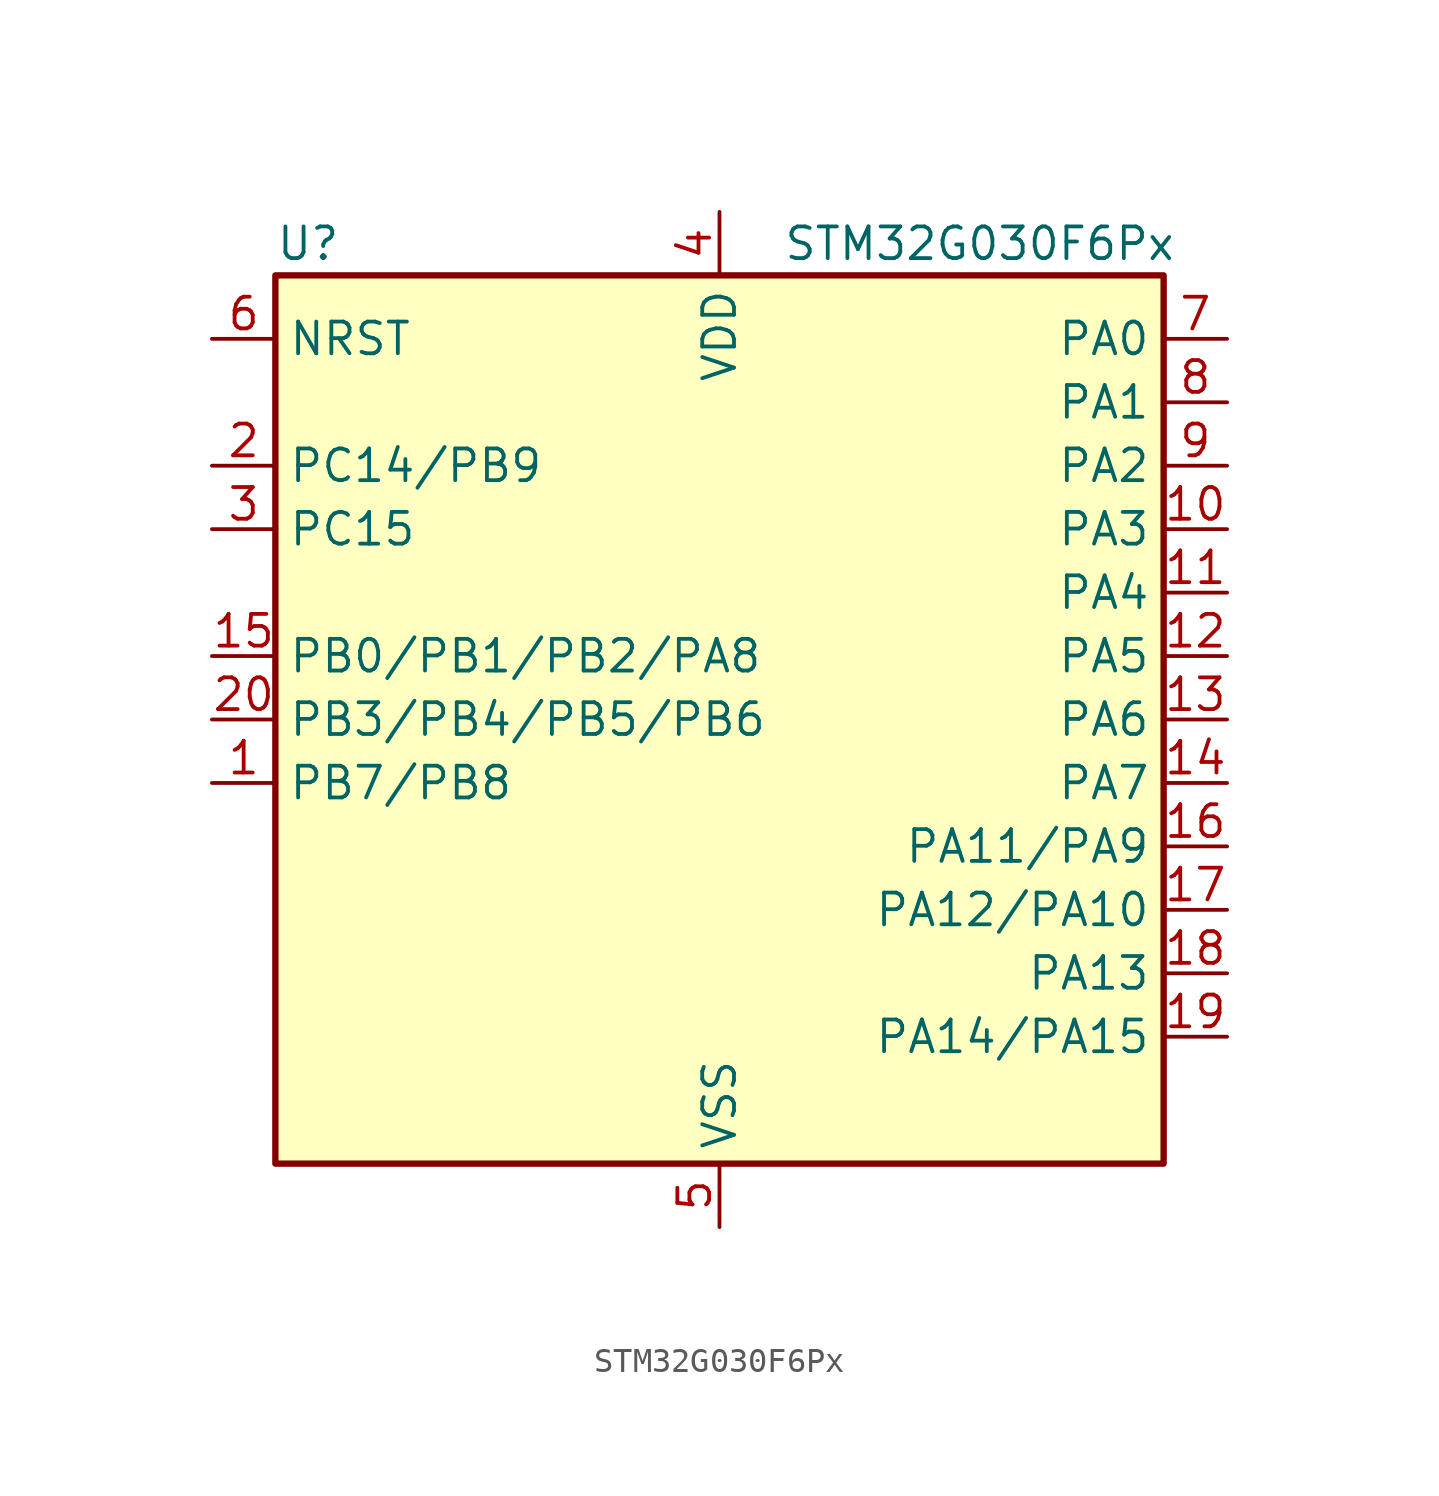
<source format=kicad_sym>
(kicad_symbol_lib
  (version 20211014)
  (generator kicad-library-utils)
  (symbol "STM32G030F6Px"
    (property "Reference" "U"
      (at -17.78 19.05 0)
      (effects (font (size 1.27 1.27)) (justify left)))
    (property "Value" "STM32G030F6Px"
      (at 2.54 19.05 0)
      (effects (font (size 1.27 1.27)) (justify left)))
    (property "ki_fp_filters" "TSSOP*4.4x6.5mm*P0.65mm*"
      (at 0.0 0.0 0.0)
      (effects (font (size 1.27 1.27))))
    (symbol "STM32G030F6Px_0_1"
      (rectangle (start -17.78 -17.78) (end 17.78 17.78) (stroke (width 0.254)) (fill (type background))))
    (symbol "STM32G030F6Px_1_1"
      (pin input line (at -20.32 15.24 0) (length 2.54) (name "NRST" (effects (font (size 1.27 1.27)))) (number "6" (effects (font (size 1.27 1.27)))))
      (pin bidirectional line (at -20.32 10.16 0) (length 2.54) (name "PC14/PB9" (effects (font (size 1.27 1.27)))) (number "2" (effects (font (size 1.27 1.27)))) (alternate "RCC_OSC32_IN" bidirectional line) (alternate "RCC_OSC_IN" bidirectional line) (alternate "TIM1_BK2" bidirectional line))
      (pin bidirectional line (at -20.32 7.62 0) (length 2.54) (name "PC15" (effects (font (size 1.27 1.27)))) (number "3" (effects (font (size 1.27 1.27)))) (alternate "RCC_OSC32_EN" bidirectional line) (alternate "RCC_OSC32_OUT" bidirectional line) (alternate "RCC_OSC_EN" bidirectional line))
      (pin bidirectional line (at -20.32 2.54 0) (length 2.54) (name "PB0/PB1/PB2/PA8" (effects (font (size 1.27 1.27)))) (number "15" (effects (font (size 1.27 1.27)))) (alternate "ADC1_IN8" bidirectional line) (alternate "I2S1_WS" bidirectional line) (alternate "SPI1_NSS" bidirectional line) (alternate "TIM1_CH2N" bidirectional line) (alternate "TIM3_CH3" bidirectional line))
      (pin bidirectional line (at -20.32 0.0 0) (length 2.54) (name "PB3/PB4/PB5/PB6" (effects (font (size 1.27 1.27)))) (number "20" (effects (font (size 1.27 1.27)))) (alternate "I2S1_CK" bidirectional line) (alternate "SPI1_SCK" bidirectional line) (alternate "TIM1_CH2" bidirectional line) (alternate "USART1_CK" bidirectional line) (alternate "USART1_DE" bidirectional line) (alternate "USART1_RTS" bidirectional line))
      (pin bidirectional line (at -20.32 -2.54 0) (length 2.54) (name "PB7/PB8" (effects (font (size 1.27 1.27)))) (number "1" (effects (font (size 1.27 1.27)))) (alternate "ADC1_IN11" bidirectional line) (alternate "I2C1_SDA" bidirectional line) (alternate "SPI2_MOSI" bidirectional line) (alternate "SYS_PVD_IN" bidirectional line) (alternate "TIM17_CH1N" bidirectional line) (alternate "USART1_RX" bidirectional line))
      (pin bidirectional line (at 20.32 15.24 180) (length 2.54) (name "PA0" (effects (font (size 1.27 1.27)))) (number "7" (effects (font (size 1.27 1.27)))) (alternate "ADC1_IN0" bidirectional line) (alternate "RTC_TAMP_IN2" bidirectional line) (alternate "SPI2_SCK" bidirectional line) (alternate "SYS_WKUP1" bidirectional line) (alternate "USART2_CTS" bidirectional line) (alternate "USART2_NSS" bidirectional line))
      (pin bidirectional line (at 20.32 12.7 180) (length 2.54) (name "PA1" (effects (font (size 1.27 1.27)))) (number "8" (effects (font (size 1.27 1.27)))) (alternate "ADC1_IN1" bidirectional line) (alternate "I2C1_SMBA" bidirectional line) (alternate "I2S1_CK" bidirectional line) (alternate "SPI1_SCK" bidirectional line) (alternate "USART2_CK" bidirectional line) (alternate "USART2_DE" bidirectional line) (alternate "USART2_RTS" bidirectional line))
      (pin bidirectional line (at 20.32 10.16 180) (length 2.54) (name "PA2" (effects (font (size 1.27 1.27)))) (number "9" (effects (font (size 1.27 1.27)))) (alternate "ADC1_IN2" bidirectional line) (alternate "I2S1_SD" bidirectional line) (alternate "RCC_LSCO" bidirectional line) (alternate "SPI1_MOSI" bidirectional line) (alternate "SYS_WKUP4" bidirectional line) (alternate "USART2_TX" bidirectional line))
      (pin bidirectional line (at 20.32 7.62 180) (length 2.54) (name "PA3" (effects (font (size 1.27 1.27)))) (number "10" (effects (font (size 1.27 1.27)))) (alternate "ADC1_IN3" bidirectional line) (alternate "SPI2_MISO" bidirectional line) (alternate "USART2_RX" bidirectional line))
      (pin bidirectional line (at 20.32 5.08 180) (length 2.54) (name "PA4" (effects (font (size 1.27 1.27)))) (number "11" (effects (font (size 1.27 1.27)))) (alternate "ADC1_IN4" bidirectional line) (alternate "I2S1_WS" bidirectional line) (alternate "RTC_OUT_ALARM" bidirectional line) (alternate "RTC_OUT_CALIB" bidirectional line) (alternate "RTC_TAMP_IN1" bidirectional line) (alternate "RTC_TS" bidirectional line) (alternate "SPI1_NSS" bidirectional line) (alternate "SPI2_MOSI" bidirectional line) (alternate "SYS_WKUP2" bidirectional line) (alternate "TIM14_CH1" bidirectional line))
      (pin bidirectional line (at 20.32 2.54 180) (length 2.54) (name "PA5" (effects (font (size 1.27 1.27)))) (number "12" (effects (font (size 1.27 1.27)))) (alternate "ADC1_IN5" bidirectional line) (alternate "I2S1_CK" bidirectional line) (alternate "SPI1_SCK" bidirectional line))
      (pin bidirectional line (at 20.32 0.0 180) (length 2.54) (name "PA6" (effects (font (size 1.27 1.27)))) (number "13" (effects (font (size 1.27 1.27)))) (alternate "ADC1_IN6" bidirectional line) (alternate "I2S1_MCK" bidirectional line) (alternate "SPI1_MISO" bidirectional line) (alternate "TIM16_CH1" bidirectional line) (alternate "TIM1_BK" bidirectional line) (alternate "TIM3_CH1" bidirectional line))
      (pin bidirectional line (at 20.32 -2.54 180) (length 2.54) (name "PA7" (effects (font (size 1.27 1.27)))) (number "14" (effects (font (size 1.27 1.27)))) (alternate "ADC1_IN7" bidirectional line) (alternate "I2S1_SD" bidirectional line) (alternate "SPI1_MOSI" bidirectional line) (alternate "TIM14_CH1" bidirectional line) (alternate "TIM17_CH1" bidirectional line) (alternate "TIM1_CH1N" bidirectional line) (alternate "TIM3_CH2" bidirectional line))
      (pin bidirectional line (at 20.32 -5.08 180) (length 2.54) (name "PA11/PA9" (effects (font (size 1.27 1.27)))) (number "16" (effects (font (size 1.27 1.27)))) (alternate "ADC1_EXTI11" bidirectional line) (alternate "ADC1_IN15" bidirectional line) (alternate "I2C2_SCL" bidirectional line) (alternate "I2S1_MCK" bidirectional line) (alternate "SPI1_MISO" bidirectional line) (alternate "TIM1_BK2" bidirectional line) (alternate "TIM1_CH4" bidirectional line) (alternate "USART1_CTS" bidirectional line) (alternate "USART1_NSS" bidirectional line))
      (pin bidirectional line (at 20.32 -7.62 180) (length 2.54) (name "PA12/PA10" (effects (font (size 1.27 1.27)))) (number "17" (effects (font (size 1.27 1.27)))) (alternate "ADC1_IN16" bidirectional line) (alternate "I2C2_SDA" bidirectional line) (alternate "I2S1_SD" bidirectional line) (alternate "I2S_CKIN" bidirectional line) (alternate "SPI1_MOSI" bidirectional line) (alternate "TIM1_ETR" bidirectional line) (alternate "USART1_CK" bidirectional line) (alternate "USART1_DE" bidirectional line) (alternate "USART1_RTS" bidirectional line))
      (pin bidirectional line (at 20.32 -10.16 180) (length 2.54) (name "PA13" (effects (font (size 1.27 1.27)))) (number "18" (effects (font (size 1.27 1.27)))) (alternate "ADC1_IN17" bidirectional line) (alternate "IR_OUT" bidirectional line) (alternate "SYS_SWDIO" bidirectional line))
      (pin bidirectional line (at 20.32 -12.7 180) (length 2.54) (name "PA14/PA15" (effects (font (size 1.27 1.27)))) (number "19" (effects (font (size 1.27 1.27)))) (alternate "ADC1_IN18" bidirectional line) (alternate "SYS_SWCLK" bidirectional line) (alternate "USART2_TX" bidirectional line))
      (pin power_in line (at 0.0 20.32 270) (length 2.54) (name "VDD" (effects (font (size 1.27 1.27)))) (number "4" (effects (font (size 1.27 1.27)))))
      (pin power_in line (at 0.0 -20.32 90) (length 2.54) (name "VSS" (effects (font (size 1.27 1.27)))) (number "5" (effects (font (size 1.27 1.27))))))))
</source>
